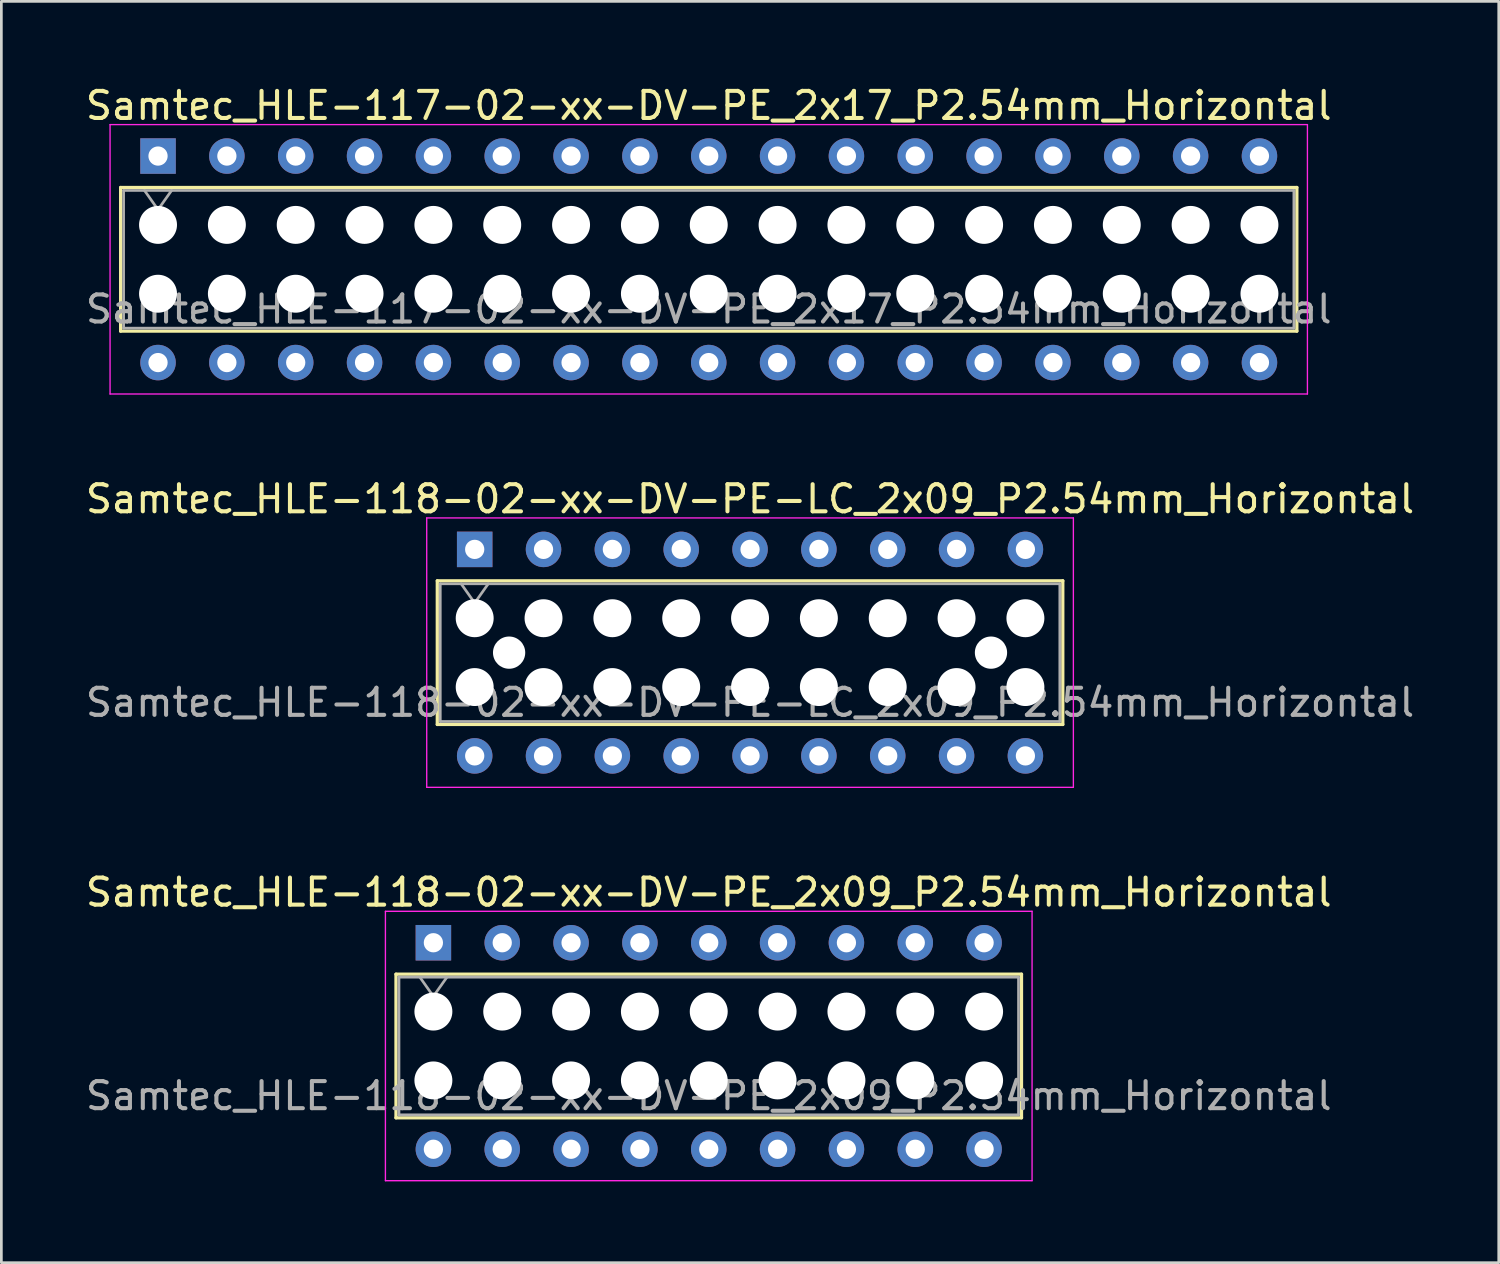
<source format=kicad_pcb>
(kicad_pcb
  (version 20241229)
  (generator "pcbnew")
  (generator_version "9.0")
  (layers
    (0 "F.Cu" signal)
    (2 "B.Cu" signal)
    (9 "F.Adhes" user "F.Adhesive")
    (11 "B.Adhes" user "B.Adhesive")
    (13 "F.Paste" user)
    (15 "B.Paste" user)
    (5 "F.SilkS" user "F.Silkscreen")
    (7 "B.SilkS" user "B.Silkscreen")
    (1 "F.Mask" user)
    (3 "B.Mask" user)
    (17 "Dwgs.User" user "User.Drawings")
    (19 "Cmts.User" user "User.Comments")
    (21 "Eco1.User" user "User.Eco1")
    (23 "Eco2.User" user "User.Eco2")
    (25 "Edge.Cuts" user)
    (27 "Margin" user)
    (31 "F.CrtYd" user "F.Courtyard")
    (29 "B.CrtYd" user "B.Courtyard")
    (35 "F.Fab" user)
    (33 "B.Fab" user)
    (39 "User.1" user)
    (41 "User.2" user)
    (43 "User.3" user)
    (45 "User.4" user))
  (footprint "Samtec_HLE-117-02-xx-DV-PE_2x17_P2.54mm_Horizontal"
    (layer "F.Cu")
    (at 2.781 2.708)
    (property "Reference" "Samtec_HLE-117-02-xx-DV-PE_2x17_P2.54mm_Horizontal" (at 20.32 -1.86 0) (layer "F.SilkS") (effects (font (size 1 1) (thickness 0.15))))
    (attr through_hole)
    (fp_line (start -1.38 1.16) (end 42.02 1.16) (stroke (width 0.12) (type solid)) (layer "F.SilkS"))
    (fp_line (start -1.38 6.46) (end -1.38 1.16) (stroke (width 0.12) (type solid)) (layer "F.SilkS"))
    (fp_line (start 42.02 1.16) (end 42.02 6.46) (stroke (width 0.12) (type solid)) (layer "F.SilkS"))
    (fp_line (start 42.02 6.46) (end -1.38 6.46) (stroke (width 0.12) (type solid)) (layer "F.SilkS"))
    (fp_line (start -1.77 -1.16) (end 42.41 -1.16) (stroke (width 0.05) (type solid)) (layer "F.CrtYd"))
    (fp_line (start -1.77 8.78) (end -1.77 -1.16) (stroke (width 0.05) (type solid)) (layer "F.CrtYd"))
    (fp_line (start 42.41 -1.16) (end 42.41 8.78) (stroke (width 0.05) (type solid)) (layer "F.CrtYd"))
    (fp_line (start 42.41 8.78) (end -1.77 8.78) (stroke (width 0.05) (type solid)) (layer "F.CrtYd"))
    (fp_line (start -1.27 1.27) (end 41.91 1.27) (stroke (width 0.1) (type solid)) (layer "F.Fab"))
    (fp_line (start -1.27 6.35) (end -1.27 1.27) (stroke (width 0.1) (type solid)) (layer "F.Fab"))
    (fp_line (start -0.5 1.27) (end 0 1.977) (stroke (width 0.1) (type solid)) (layer "F.Fab"))
    (fp_line (start 0 1.977) (end 0.5 1.27) (stroke (width 0.1) (type solid)) (layer "F.Fab"))
    (fp_line (start 41.91 1.27) (end 41.91 6.35) (stroke (width 0.1) (type solid)) (layer "F.Fab"))
    (fp_line (start 41.91 6.35) (end -1.27 6.35) (stroke (width 0.1) (type solid)) (layer "F.Fab"))
    (fp_text user "${REFERENCE}" (at 20.32 5.65 0) (layer "F.Fab") (effects (font (size 1 1) (thickness 0.15))))
    (pad "" np_thru_hole circle (at 0 2.54) (size 1.4 1.4) (drill 1.4) (layers "*.Cu" "*.Mask"))
    (pad "" np_thru_hole circle (at 0 5.08) (size 1.4 1.4) (drill 1.4) (layers "*.Cu" "*.Mask"))
    (pad "" np_thru_hole circle (at 2.54 2.54) (size 1.4 1.4) (drill 1.4) (layers "*.Cu" "*.Mask"))
    (pad "" np_thru_hole circle (at 2.54 5.08) (size 1.4 1.4) (drill 1.4) (layers "*.Cu" "*.Mask"))
    (pad "" np_thru_hole circle (at 5.08 2.54) (size 1.4 1.4) (drill 1.4) (layers "*.Cu" "*.Mask"))
    (pad "" np_thru_hole circle (at 5.08 5.08) (size 1.4 1.4) (drill 1.4) (layers "*.Cu" "*.Mask"))
    (pad "" np_thru_hole circle (at 7.62 2.54) (size 1.4 1.4) (drill 1.4) (layers "*.Cu" "*.Mask"))
    (pad "" np_thru_hole circle (at 7.62 5.08) (size 1.4 1.4) (drill 1.4) (layers "*.Cu" "*.Mask"))
    (pad "" np_thru_hole circle (at 10.16 2.54) (size 1.4 1.4) (drill 1.4) (layers "*.Cu" "*.Mask"))
    (pad "" np_thru_hole circle (at 10.16 5.08) (size 1.4 1.4) (drill 1.4) (layers "*.Cu" "*.Mask"))
    (pad "" np_thru_hole circle (at 12.7 2.54) (size 1.4 1.4) (drill 1.4) (layers "*.Cu" "*.Mask"))
    (pad "" np_thru_hole circle (at 12.7 5.08) (size 1.4 1.4) (drill 1.4) (layers "*.Cu" "*.Mask"))
    (pad "" np_thru_hole circle (at 15.24 2.54) (size 1.4 1.4) (drill 1.4) (layers "*.Cu" "*.Mask"))
    (pad "" np_thru_hole circle (at 15.24 5.08) (size 1.4 1.4) (drill 1.4) (layers "*.Cu" "*.Mask"))
    (pad "" np_thru_hole circle (at 17.78 2.54) (size 1.4 1.4) (drill 1.4) (layers "*.Cu" "*.Mask"))
    (pad "" np_thru_hole circle (at 17.78 5.08) (size 1.4 1.4) (drill 1.4) (layers "*.Cu" "*.Mask"))
    (pad "" np_thru_hole circle (at 20.32 2.54) (size 1.4 1.4) (drill 1.4) (layers "*.Cu" "*.Mask"))
    (pad "" np_thru_hole circle (at 20.32 5.08) (size 1.4 1.4) (drill 1.4) (layers "*.Cu" "*.Mask"))
    (pad "" np_thru_hole circle (at 22.86 2.54) (size 1.4 1.4) (drill 1.4) (layers "*.Cu" "*.Mask"))
    (pad "" np_thru_hole circle (at 22.86 5.08) (size 1.4 1.4) (drill 1.4) (layers "*.Cu" "*.Mask"))
    (pad "" np_thru_hole circle (at 25.4 2.54) (size 1.4 1.4) (drill 1.4) (layers "*.Cu" "*.Mask"))
    (pad "" np_thru_hole circle (at 25.4 5.08) (size 1.4 1.4) (drill 1.4) (layers "*.Cu" "*.Mask"))
    (pad "" np_thru_hole circle (at 27.94 2.54) (size 1.4 1.4) (drill 1.4) (layers "*.Cu" "*.Mask"))
    (pad "" np_thru_hole circle (at 27.94 5.08) (size 1.4 1.4) (drill 1.4) (layers "*.Cu" "*.Mask"))
    (pad "" np_thru_hole circle (at 30.48 2.54) (size 1.4 1.4) (drill 1.4) (layers "*.Cu" "*.Mask"))
    (pad "" np_thru_hole circle (at 30.48 5.08) (size 1.4 1.4) (drill 1.4) (layers "*.Cu" "*.Mask"))
    (pad "" np_thru_hole circle (at 33.02 2.54) (size 1.4 1.4) (drill 1.4) (layers "*.Cu" "*.Mask"))
    (pad "" np_thru_hole circle (at 33.02 5.08) (size 1.4 1.4) (drill 1.4) (layers "*.Cu" "*.Mask"))
    (pad "" np_thru_hole circle (at 35.56 2.54) (size 1.4 1.4) (drill 1.4) (layers "*.Cu" "*.Mask"))
    (pad "" np_thru_hole circle (at 35.56 5.08) (size 1.4 1.4) (drill 1.4) (layers "*.Cu" "*.Mask"))
    (pad "" np_thru_hole circle (at 38.1 2.54) (size 1.4 1.4) (drill 1.4) (layers "*.Cu" "*.Mask"))
    (pad "" np_thru_hole circle (at 38.1 5.08) (size 1.4 1.4) (drill 1.4) (layers "*.Cu" "*.Mask"))
    (pad "" np_thru_hole circle (at 40.64 2.54) (size 1.4 1.4) (drill 1.4) (layers "*.Cu" "*.Mask"))
    (pad "" np_thru_hole circle (at 40.64 5.08) (size 1.4 1.4) (drill 1.4) (layers "*.Cu" "*.Mask"))
    (pad "1" thru_hole rect (at 0 0) (size 1.31 1.31) (drill 0.71) (layers "*.Cu" "*.Mask"))
    (pad "2" thru_hole circle (at 0 7.62) (size 1.31 1.31) (drill 0.71) (layers "*.Cu" "*.Mask"))
    (pad "3" thru_hole circle (at 2.54 0) (size 1.31 1.31) (drill 0.71) (layers "*.Cu" "*.Mask"))
    (pad "4" thru_hole circle (at 2.54 7.62) (size 1.31 1.31) (drill 0.71) (layers "*.Cu" "*.Mask"))
    (pad "5" thru_hole circle (at 5.08 0) (size 1.31 1.31) (drill 0.71) (layers "*.Cu" "*.Mask"))
    (pad "6" thru_hole circle (at 5.08 7.62) (size 1.31 1.31) (drill 0.71) (layers "*.Cu" "*.Mask"))
    (pad "7" thru_hole circle (at 7.62 0) (size 1.31 1.31) (drill 0.71) (layers "*.Cu" "*.Mask"))
    (pad "8" thru_hole circle (at 7.62 7.62) (size 1.31 1.31) (drill 0.71) (layers "*.Cu" "*.Mask"))
    (pad "9" thru_hole circle (at 10.16 0) (size 1.31 1.31) (drill 0.71) (layers "*.Cu" "*.Mask"))
    (pad "10" thru_hole circle (at 10.16 7.62) (size 1.31 1.31) (drill 0.71) (layers "*.Cu" "*.Mask"))
    (pad "11" thru_hole circle (at 12.7 0) (size 1.31 1.31) (drill 0.71) (layers "*.Cu" "*.Mask"))
    (pad "12" thru_hole circle (at 12.7 7.62) (size 1.31 1.31) (drill 0.71) (layers "*.Cu" "*.Mask"))
    (pad "13" thru_hole circle (at 15.24 0) (size 1.31 1.31) (drill 0.71) (layers "*.Cu" "*.Mask"))
    (pad "14" thru_hole circle (at 15.24 7.62) (size 1.31 1.31) (drill 0.71) (layers "*.Cu" "*.Mask"))
    (pad "15" thru_hole circle (at 17.78 0) (size 1.31 1.31) (drill 0.71) (layers "*.Cu" "*.Mask"))
    (pad "16" thru_hole circle (at 17.78 7.62) (size 1.31 1.31) (drill 0.71) (layers "*.Cu" "*.Mask"))
    (pad "17" thru_hole circle (at 20.32 0) (size 1.31 1.31) (drill 0.71) (layers "*.Cu" "*.Mask"))
    (pad "18" thru_hole circle (at 20.32 7.62) (size 1.31 1.31) (drill 0.71) (layers "*.Cu" "*.Mask"))
    (pad "19" thru_hole circle (at 22.86 0) (size 1.31 1.31) (drill 0.71) (layers "*.Cu" "*.Mask"))
    (pad "20" thru_hole circle (at 22.86 7.62) (size 1.31 1.31) (drill 0.71) (layers "*.Cu" "*.Mask"))
    (pad "21" thru_hole circle (at 25.4 0) (size 1.31 1.31) (drill 0.71) (layers "*.Cu" "*.Mask"))
    (pad "22" thru_hole circle (at 25.4 7.62) (size 1.31 1.31) (drill 0.71) (layers "*.Cu" "*.Mask"))
    (pad "23" thru_hole circle (at 27.94 0) (size 1.31 1.31) (drill 0.71) (layers "*.Cu" "*.Mask"))
    (pad "24" thru_hole circle (at 27.94 7.62) (size 1.31 1.31) (drill 0.71) (layers "*.Cu" "*.Mask"))
    (pad "25" thru_hole circle (at 30.48 0) (size 1.31 1.31) (drill 0.71) (layers "*.Cu" "*.Mask"))
    (pad "26" thru_hole circle (at 30.48 7.62) (size 1.31 1.31) (drill 0.71) (layers "*.Cu" "*.Mask"))
    (pad "27" thru_hole circle (at 33.02 0) (size 1.31 1.31) (drill 0.71) (layers "*.Cu" "*.Mask"))
    (pad "28" thru_hole circle (at 33.02 7.62) (size 1.31 1.31) (drill 0.71) (layers "*.Cu" "*.Mask"))
    (pad "29" thru_hole circle (at 35.56 0) (size 1.31 1.31) (drill 0.71) (layers "*.Cu" "*.Mask"))
    (pad "30" thru_hole circle (at 35.56 7.62) (size 1.31 1.31) (drill 0.71) (layers "*.Cu" "*.Mask"))
    (pad "31" thru_hole circle (at 38.1 0) (size 1.31 1.31) (drill 0.71) (layers "*.Cu" "*.Mask"))
    (pad "32" thru_hole circle (at 38.1 7.62) (size 1.31 1.31) (drill 0.71) (layers "*.Cu" "*.Mask"))
    (pad "33" thru_hole circle (at 40.64 0) (size 1.31 1.31) (drill 0.71) (layers "*.Cu" "*.Mask"))
    (pad "34" thru_hole circle (at 40.64 7.62) (size 1.31 1.31) (drill 0.71) (layers "*.Cu" "*.Mask")))
  (footprint "Samtec_HLE-118-02-xx-DV-PE-LC_2x09_P2.54mm_Horizontal"
    (layer "F.Cu")
    (at 14.465 17.221)
    (property "Reference" "Samtec_HLE-118-02-xx-DV-PE-LC_2x09_P2.54mm_Horizontal" (at 10.16 -1.86 0) (layer "F.SilkS") (effects (font (size 1 1) (thickness 0.15))))
    (attr through_hole)
    (fp_line (start -1.38 1.16) (end 21.7 1.16) (stroke (width 0.12) (type solid)) (layer "F.SilkS"))
    (fp_line (start -1.38 6.46) (end -1.38 1.16) (stroke (width 0.12) (type solid)) (layer "F.SilkS"))
    (fp_line (start 21.7 1.16) (end 21.7 6.46) (stroke (width 0.12) (type solid)) (layer "F.SilkS"))
    (fp_line (start 21.7 6.46) (end -1.38 6.46) (stroke (width 0.12) (type solid)) (layer "F.SilkS"))
    (fp_line (start -1.77 -1.16) (end 22.09 -1.16) (stroke (width 0.05) (type solid)) (layer "F.CrtYd"))
    (fp_line (start -1.77 8.78) (end -1.77 -1.16) (stroke (width 0.05) (type solid)) (layer "F.CrtYd"))
    (fp_line (start 22.09 -1.16) (end 22.09 8.78) (stroke (width 0.05) (type solid)) (layer "F.CrtYd"))
    (fp_line (start 22.09 8.78) (end -1.77 8.78) (stroke (width 0.05) (type solid)) (layer "F.CrtYd"))
    (fp_line (start -1.27 1.27) (end 21.59 1.27) (stroke (width 0.1) (type solid)) (layer "F.Fab"))
    (fp_line (start -1.27 6.35) (end -1.27 1.27) (stroke (width 0.1) (type solid)) (layer "F.Fab"))
    (fp_line (start -0.5 1.27) (end 0 1.977) (stroke (width 0.1) (type solid)) (layer "F.Fab"))
    (fp_line (start 0 1.977) (end 0.5 1.27) (stroke (width 0.1) (type solid)) (layer "F.Fab"))
    (fp_line (start 21.59 1.27) (end 21.59 6.35) (stroke (width 0.1) (type solid)) (layer "F.Fab"))
    (fp_line (start 21.59 6.35) (end -1.27 6.35) (stroke (width 0.1) (type solid)) (layer "F.Fab"))
    (fp_text user "${REFERENCE}" (at 10.16 5.65 0) (layer "F.Fab") (effects (font (size 1 1) (thickness 0.15))))
    (pad "" np_thru_hole circle (at 0 2.54) (size 1.4 1.4) (drill 1.4) (layers "*.Cu" "*.Mask"))
    (pad "" np_thru_hole circle (at 0 5.08) (size 1.4 1.4) (drill 1.4) (layers "*.Cu" "*.Mask"))
    (pad "" np_thru_hole circle (at 1.27 3.81) (size 1.19 1.19) (drill 1.19) (layers "*.Cu" "*.Mask"))
    (pad "" np_thru_hole circle (at 2.54 2.54) (size 1.4 1.4) (drill 1.4) (layers "*.Cu" "*.Mask"))
    (pad "" np_thru_hole circle (at 2.54 5.08) (size 1.4 1.4) (drill 1.4) (layers "*.Cu" "*.Mask"))
    (pad "" np_thru_hole circle (at 5.08 2.54) (size 1.4 1.4) (drill 1.4) (layers "*.Cu" "*.Mask"))
    (pad "" np_thru_hole circle (at 5.08 5.08) (size 1.4 1.4) (drill 1.4) (layers "*.Cu" "*.Mask"))
    (pad "" np_thru_hole circle (at 7.62 2.54) (size 1.4 1.4) (drill 1.4) (layers "*.Cu" "*.Mask"))
    (pad "" np_thru_hole circle (at 7.62 5.08) (size 1.4 1.4) (drill 1.4) (layers "*.Cu" "*.Mask"))
    (pad "" np_thru_hole circle (at 10.16 2.54) (size 1.4 1.4) (drill 1.4) (layers "*.Cu" "*.Mask"))
    (pad "" np_thru_hole circle (at 10.16 5.08) (size 1.4 1.4) (drill 1.4) (layers "*.Cu" "*.Mask"))
    (pad "" np_thru_hole circle (at 12.7 2.54) (size 1.4 1.4) (drill 1.4) (layers "*.Cu" "*.Mask"))
    (pad "" np_thru_hole circle (at 12.7 5.08) (size 1.4 1.4) (drill 1.4) (layers "*.Cu" "*.Mask"))
    (pad "" np_thru_hole circle (at 15.24 2.54) (size 1.4 1.4) (drill 1.4) (layers "*.Cu" "*.Mask"))
    (pad "" np_thru_hole circle (at 15.24 5.08) (size 1.4 1.4) (drill 1.4) (layers "*.Cu" "*.Mask"))
    (pad "" np_thru_hole circle (at 17.78 2.54) (size 1.4 1.4) (drill 1.4) (layers "*.Cu" "*.Mask"))
    (pad "" np_thru_hole circle (at 17.78 5.08) (size 1.4 1.4) (drill 1.4) (layers "*.Cu" "*.Mask"))
    (pad "" np_thru_hole circle (at 19.05 3.81) (size 1.19 1.19) (drill 1.19) (layers "*.Cu" "*.Mask"))
    (pad "" np_thru_hole circle (at 20.32 2.54) (size 1.4 1.4) (drill 1.4) (layers "*.Cu" "*.Mask"))
    (pad "" np_thru_hole circle (at 20.32 5.08) (size 1.4 1.4) (drill 1.4) (layers "*.Cu" "*.Mask"))
    (pad "1" thru_hole rect (at 0 0) (size 1.31 1.31) (drill 0.71) (layers "*.Cu" "*.Mask"))
    (pad "2" thru_hole circle (at 0 7.62) (size 1.31 1.31) (drill 0.71) (layers "*.Cu" "*.Mask"))
    (pad "3" thru_hole circle (at 2.54 0) (size 1.31 1.31) (drill 0.71) (layers "*.Cu" "*.Mask"))
    (pad "4" thru_hole circle (at 2.54 7.62) (size 1.31 1.31) (drill 0.71) (layers "*.Cu" "*.Mask"))
    (pad "5" thru_hole circle (at 5.08 0) (size 1.31 1.31) (drill 0.71) (layers "*.Cu" "*.Mask"))
    (pad "6" thru_hole circle (at 5.08 7.62) (size 1.31 1.31) (drill 0.71) (layers "*.Cu" "*.Mask"))
    (pad "7" thru_hole circle (at 7.62 0) (size 1.31 1.31) (drill 0.71) (layers "*.Cu" "*.Mask"))
    (pad "8" thru_hole circle (at 7.62 7.62) (size 1.31 1.31) (drill 0.71) (layers "*.Cu" "*.Mask"))
    (pad "9" thru_hole circle (at 10.16 0) (size 1.31 1.31) (drill 0.71) (layers "*.Cu" "*.Mask"))
    (pad "10" thru_hole circle (at 10.16 7.62) (size 1.31 1.31) (drill 0.71) (layers "*.Cu" "*.Mask"))
    (pad "11" thru_hole circle (at 12.7 0) (size 1.31 1.31) (drill 0.71) (layers "*.Cu" "*.Mask"))
    (pad "12" thru_hole circle (at 12.7 7.62) (size 1.31 1.31) (drill 0.71) (layers "*.Cu" "*.Mask"))
    (pad "13" thru_hole circle (at 15.24 0) (size 1.31 1.31) (drill 0.71) (layers "*.Cu" "*.Mask"))
    (pad "14" thru_hole circle (at 15.24 7.62) (size 1.31 1.31) (drill 0.71) (layers "*.Cu" "*.Mask"))
    (pad "15" thru_hole circle (at 17.78 0) (size 1.31 1.31) (drill 0.71) (layers "*.Cu" "*.Mask"))
    (pad "16" thru_hole circle (at 17.78 7.62) (size 1.31 1.31) (drill 0.71) (layers "*.Cu" "*.Mask"))
    (pad "17" thru_hole circle (at 20.32 0) (size 1.31 1.31) (drill 0.71) (layers "*.Cu" "*.Mask"))
    (pad "18" thru_hole circle (at 20.32 7.62) (size 1.31 1.31) (drill 0.71) (layers "*.Cu" "*.Mask")))
  (footprint "Samtec_HLE-118-02-xx-DV-PE_2x09_P2.54mm_Horizontal"
    (layer "F.Cu")
    (at 12.941 31.735)
    (property "Reference" "Samtec_HLE-118-02-xx-DV-PE_2x09_P2.54mm_Horizontal" (at 10.16 -1.86 0) (layer "F.SilkS") (effects (font (size 1 1) (thickness 0.15))))
    (attr through_hole)
    (fp_line (start -1.38 1.16) (end 21.7 1.16) (stroke (width 0.12) (type solid)) (layer "F.SilkS"))
    (fp_line (start -1.38 6.46) (end -1.38 1.16) (stroke (width 0.12) (type solid)) (layer "F.SilkS"))
    (fp_line (start 21.7 1.16) (end 21.7 6.46) (stroke (width 0.12) (type solid)) (layer "F.SilkS"))
    (fp_line (start 21.7 6.46) (end -1.38 6.46) (stroke (width 0.12) (type solid)) (layer "F.SilkS"))
    (fp_line (start -1.77 -1.16) (end 22.09 -1.16) (stroke (width 0.05) (type solid)) (layer "F.CrtYd"))
    (fp_line (start -1.77 8.78) (end -1.77 -1.16) (stroke (width 0.05) (type solid)) (layer "F.CrtYd"))
    (fp_line (start 22.09 -1.16) (end 22.09 8.78) (stroke (width 0.05) (type solid)) (layer "F.CrtYd"))
    (fp_line (start 22.09 8.78) (end -1.77 8.78) (stroke (width 0.05) (type solid)) (layer "F.CrtYd"))
    (fp_line (start -1.27 1.27) (end 21.59 1.27) (stroke (width 0.1) (type solid)) (layer "F.Fab"))
    (fp_line (start -1.27 6.35) (end -1.27 1.27) (stroke (width 0.1) (type solid)) (layer "F.Fab"))
    (fp_line (start -0.5 1.27) (end 0 1.977) (stroke (width 0.1) (type solid)) (layer "F.Fab"))
    (fp_line (start 0 1.977) (end 0.5 1.27) (stroke (width 0.1) (type solid)) (layer "F.Fab"))
    (fp_line (start 21.59 1.27) (end 21.59 6.35) (stroke (width 0.1) (type solid)) (layer "F.Fab"))
    (fp_line (start 21.59 6.35) (end -1.27 6.35) (stroke (width 0.1) (type solid)) (layer "F.Fab"))
    (fp_text user "${REFERENCE}" (at 10.16 5.65 0) (layer "F.Fab") (effects (font (size 1 1) (thickness 0.15))))
    (pad "" np_thru_hole circle (at 0 2.54) (size 1.4 1.4) (drill 1.4) (layers "*.Cu" "*.Mask"))
    (pad "" np_thru_hole circle (at 0 5.08) (size 1.4 1.4) (drill 1.4) (layers "*.Cu" "*.Mask"))
    (pad "" np_thru_hole circle (at 2.54 2.54) (size 1.4 1.4) (drill 1.4) (layers "*.Cu" "*.Mask"))
    (pad "" np_thru_hole circle (at 2.54 5.08) (size 1.4 1.4) (drill 1.4) (layers "*.Cu" "*.Mask"))
    (pad "" np_thru_hole circle (at 5.08 2.54) (size 1.4 1.4) (drill 1.4) (layers "*.Cu" "*.Mask"))
    (pad "" np_thru_hole circle (at 5.08 5.08) (size 1.4 1.4) (drill 1.4) (layers "*.Cu" "*.Mask"))
    (pad "" np_thru_hole circle (at 7.62 2.54) (size 1.4 1.4) (drill 1.4) (layers "*.Cu" "*.Mask"))
    (pad "" np_thru_hole circle (at 7.62 5.08) (size 1.4 1.4) (drill 1.4) (layers "*.Cu" "*.Mask"))
    (pad "" np_thru_hole circle (at 10.16 2.54) (size 1.4 1.4) (drill 1.4) (layers "*.Cu" "*.Mask"))
    (pad "" np_thru_hole circle (at 10.16 5.08) (size 1.4 1.4) (drill 1.4) (layers "*.Cu" "*.Mask"))
    (pad "" np_thru_hole circle (at 12.7 2.54) (size 1.4 1.4) (drill 1.4) (layers "*.Cu" "*.Mask"))
    (pad "" np_thru_hole circle (at 12.7 5.08) (size 1.4 1.4) (drill 1.4) (layers "*.Cu" "*.Mask"))
    (pad "" np_thru_hole circle (at 15.24 2.54) (size 1.4 1.4) (drill 1.4) (layers "*.Cu" "*.Mask"))
    (pad "" np_thru_hole circle (at 15.24 5.08) (size 1.4 1.4) (drill 1.4) (layers "*.Cu" "*.Mask"))
    (pad "" np_thru_hole circle (at 17.78 2.54) (size 1.4 1.4) (drill 1.4) (layers "*.Cu" "*.Mask"))
    (pad "" np_thru_hole circle (at 17.78 5.08) (size 1.4 1.4) (drill 1.4) (layers "*.Cu" "*.Mask"))
    (pad "" np_thru_hole circle (at 20.32 2.54) (size 1.4 1.4) (drill 1.4) (layers "*.Cu" "*.Mask"))
    (pad "" np_thru_hole circle (at 20.32 5.08) (size 1.4 1.4) (drill 1.4) (layers "*.Cu" "*.Mask"))
    (pad "1" thru_hole rect (at 0 0) (size 1.31 1.31) (drill 0.71) (layers "*.Cu" "*.Mask"))
    (pad "2" thru_hole circle (at 0 7.62) (size 1.31 1.31) (drill 0.71) (layers "*.Cu" "*.Mask"))
    (pad "3" thru_hole circle (at 2.54 0) (size 1.31 1.31) (drill 0.71) (layers "*.Cu" "*.Mask"))
    (pad "4" thru_hole circle (at 2.54 7.62) (size 1.31 1.31) (drill 0.71) (layers "*.Cu" "*.Mask"))
    (pad "5" thru_hole circle (at 5.08 0) (size 1.31 1.31) (drill 0.71) (layers "*.Cu" "*.Mask"))
    (pad "6" thru_hole circle (at 5.08 7.62) (size 1.31 1.31) (drill 0.71) (layers "*.Cu" "*.Mask"))
    (pad "7" thru_hole circle (at 7.62 0) (size 1.31 1.31) (drill 0.71) (layers "*.Cu" "*.Mask"))
    (pad "8" thru_hole circle (at 7.62 7.62) (size 1.31 1.31) (drill 0.71) (layers "*.Cu" "*.Mask"))
    (pad "9" thru_hole circle (at 10.16 0) (size 1.31 1.31) (drill 0.71) (layers "*.Cu" "*.Mask"))
    (pad "10" thru_hole circle (at 10.16 7.62) (size 1.31 1.31) (drill 0.71) (layers "*.Cu" "*.Mask"))
    (pad "11" thru_hole circle (at 12.7 0) (size 1.31 1.31) (drill 0.71) (layers "*.Cu" "*.Mask"))
    (pad "12" thru_hole circle (at 12.7 7.62) (size 1.31 1.31) (drill 0.71) (layers "*.Cu" "*.Mask"))
    (pad "13" thru_hole circle (at 15.24 0) (size 1.31 1.31) (drill 0.71) (layers "*.Cu" "*.Mask"))
    (pad "14" thru_hole circle (at 15.24 7.62) (size 1.31 1.31) (drill 0.71) (layers "*.Cu" "*.Mask"))
    (pad "15" thru_hole circle (at 17.78 0) (size 1.31 1.31) (drill 0.71) (layers "*.Cu" "*.Mask"))
    (pad "16" thru_hole circle (at 17.78 7.62) (size 1.31 1.31) (drill 0.71) (layers "*.Cu" "*.Mask"))
    (pad "17" thru_hole circle (at 20.32 0) (size 1.31 1.31) (drill 0.71) (layers "*.Cu" "*.Mask"))
    (pad "18" thru_hole circle (at 20.32 7.62) (size 1.31 1.31) (drill 0.71) (layers "*.Cu" "*.Mask")))
  (gr_rect
    (start -3 -3)
    (end 52.25 43.54)
    (stroke (width 0.1) (type default))
    (fill no)
    (layer "Edge.Cuts")))
</source>
